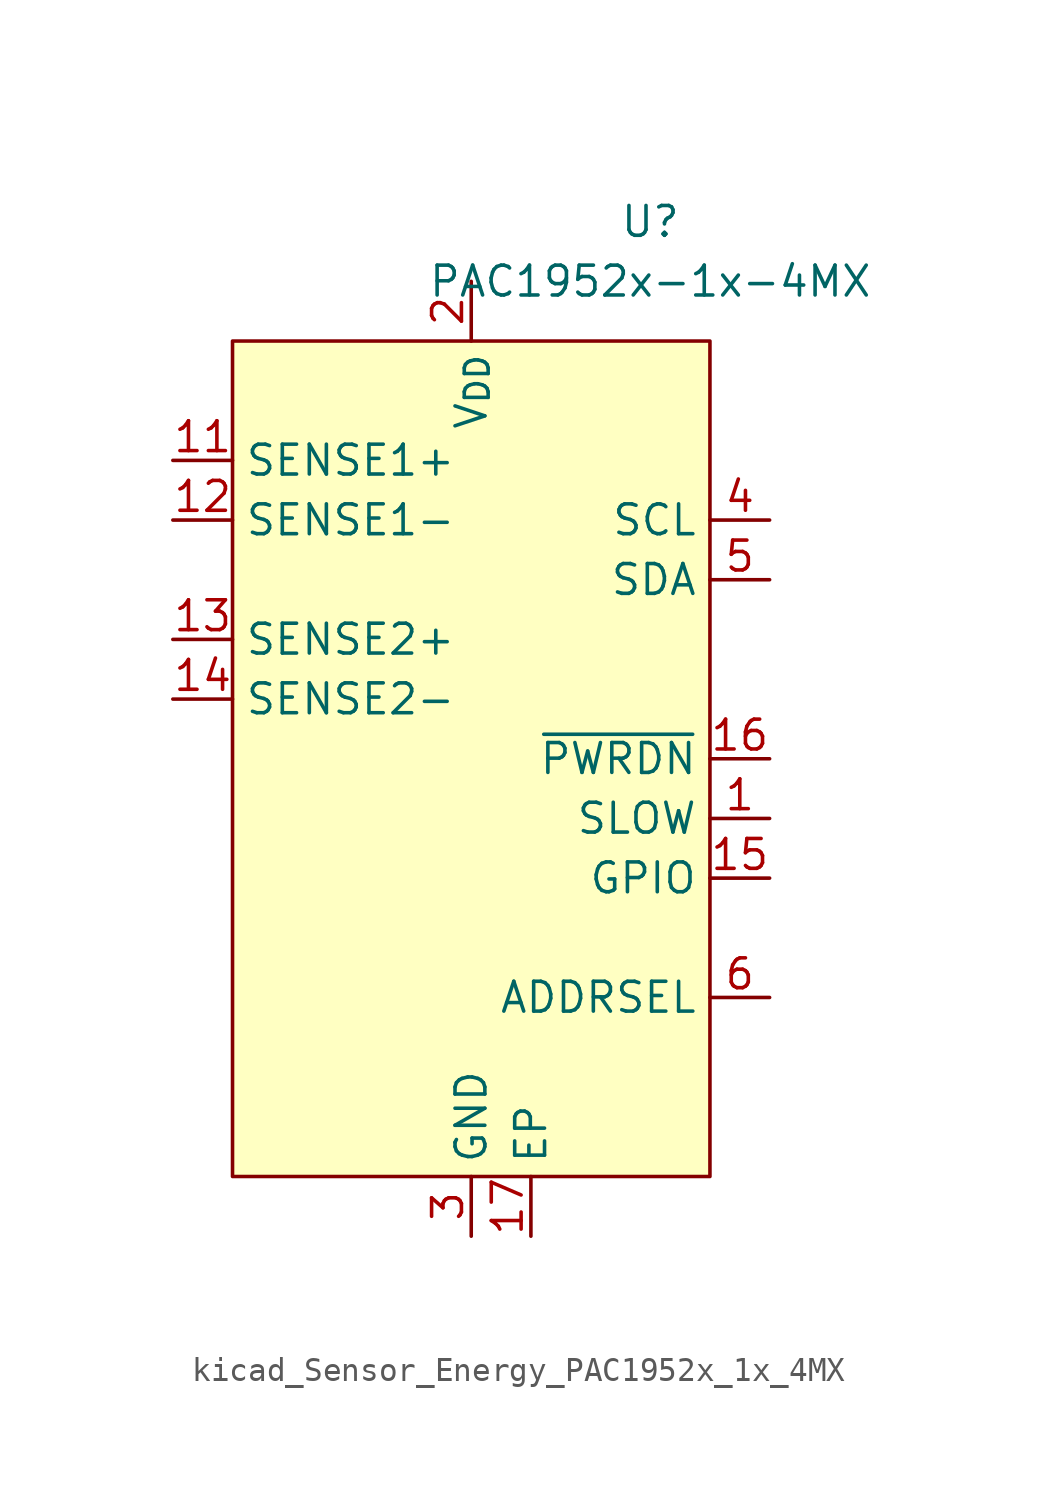
<source format=kicad_sym>
(kicad_symbol_lib
  (version 20220914)
  (generator kicad_symbol_editor)
  (symbol "kicad_Sensor_Energy_PAC1952x_1x_4MX"
    (property "Reference" "U"
      (at 7.62 22.86 0)
      (effects (font (size 1.27 1.27))))
    (property "Value" "PAC1952x-1x-4MX"
      (at 7.62 20.32 0)
      (effects (font (size 1.27 1.27))))
    (symbol "kicad_Sensor_Energy_PAC1952x_1x_4MX_0_0"
      (pin input line (at 12.7 -2.54 180) (length 2.54) (name "SLOW" (effects (font (size 1.27 1.27)))) (number "1" (effects (font (size 1.27 1.27)))) (alternate "GPIO" bidirectional line) (alternate "~{ALERT1}" open_collector line))
      (pin passive line (at 0 -20.32 90) (length 2.54) hide (name "GND" (effects (font (size 1.27 1.27)))) (number "10" (effects (font (size 1.27 1.27)))))
      (pin input line (at -12.7 12.7 0) (length 2.54) (name "SENSE1+" (effects (font (size 1.27 1.27)))) (number "11" (effects (font (size 1.27 1.27)))))
      (pin input line (at -12.7 10.16 0) (length 2.54) (name "SENSE1-" (effects (font (size 1.27 1.27)))) (number "12" (effects (font (size 1.27 1.27)))))
      (pin input line (at -12.7 5.08 0) (length 2.54) (name "SENSE2+" (effects (font (size 1.27 1.27)))) (number "13" (effects (font (size 1.27 1.27)))))
      (pin input line (at -12.7 2.54 0) (length 2.54) (name "SENSE2-" (effects (font (size 1.27 1.27)))) (number "14" (effects (font (size 1.27 1.27)))))
      (pin bidirectional line (at 12.7 -5.08 180) (length 2.54) (name "GPIO" (effects (font (size 1.27 1.27)))) (number "15" (effects (font (size 1.27 1.27)))) (alternate "~{ALERT2}" open_collector line))
      (pin input line (at 12.7 0 180) (length 2.54) (name "~{PWRDN}" (effects (font (size 1.27 1.27)))) (number "16" (effects (font (size 1.27 1.27)))))
      (pin passive line (at 2.54 -20.32 90) (length 2.54) (name "EP" (effects (font (size 1.27 1.27)))) (number "17" (effects (font (size 1.27 1.27)))))
      (pin power_in line (at 0 20.32 270) (length 2.54) (name "V_{DD}" (effects (font (size 1.27 1.27)))) (number "2" (effects (font (size 1.27 1.27)))))
      (pin power_in line (at 0 -20.32 90) (length 2.54) (name "GND" (effects (font (size 1.27 1.27)))) (number "3" (effects (font (size 1.27 1.27)))))
      (pin input line (at 12.7 10.16 180) (length 2.54) (name "SCL" (effects (font (size 1.27 1.27)))) (number "4" (effects (font (size 1.27 1.27)))) (alternate "SM_CLK" input line))
      (pin bidirectional line (at 12.7 7.62 180) (length 2.54) (name "SDA" (effects (font (size 1.27 1.27)))) (number "5" (effects (font (size 1.27 1.27)))) (alternate "SM_DATA" bidirectional line))
      (pin passive line (at 12.7 -10.16 180) (length 2.54) (name "ADDRSEL" (effects (font (size 1.27 1.27)))) (number "6" (effects (font (size 1.27 1.27)))))
      (pin passive line (at 0 -20.32 90) (length 2.54) hide (name "GND" (effects (font (size 1.27 1.27)))) (number "7" (effects (font (size 1.27 1.27)))))
      (pin passive line (at 0 -20.32 90) (length 2.54) hide (name "GND" (effects (font (size 1.27 1.27)))) (number "8" (effects (font (size 1.27 1.27)))))
      (pin passive line (at 0 -20.32 90) (length 2.54) hide (name "GND" (effects (font (size 1.27 1.27)))) (number "9" (effects (font (size 1.27 1.27))))))
    (symbol "kicad_Sensor_Energy_PAC1952x_1x_4MX_0_1"
      (rectangle (start -10.16 17.78) (end 10.16 -17.78) (stroke (width 0) (type default)) (fill (type background))))))
</source>
